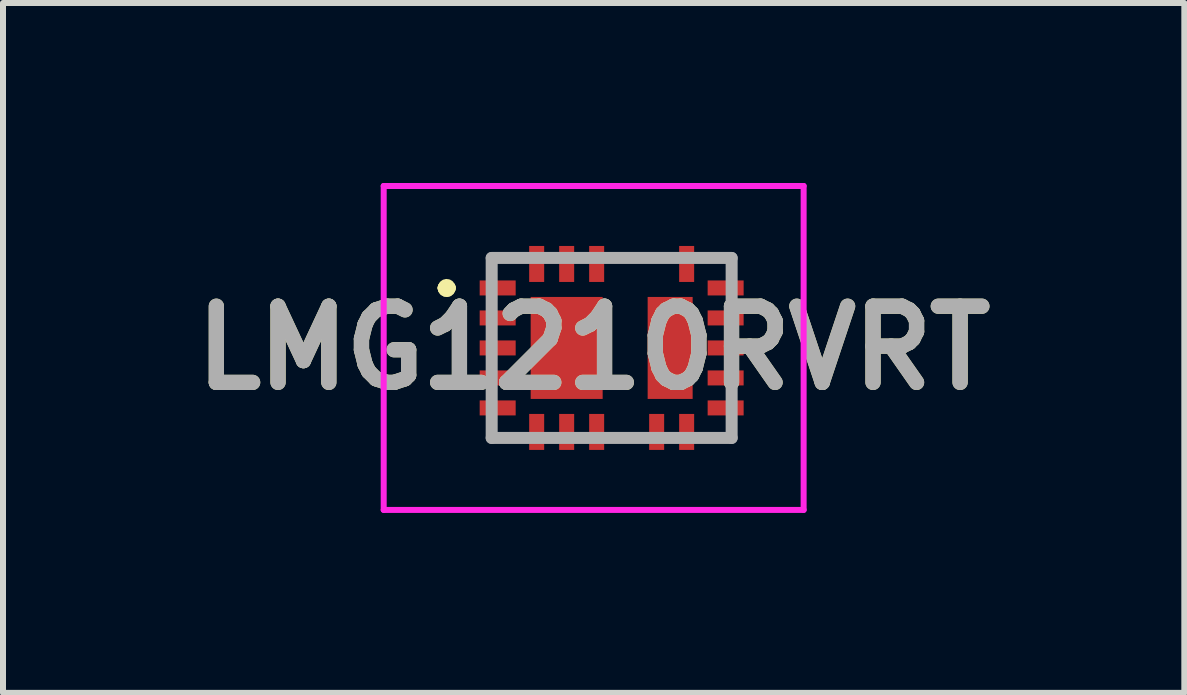
<source format=kicad_pcb>
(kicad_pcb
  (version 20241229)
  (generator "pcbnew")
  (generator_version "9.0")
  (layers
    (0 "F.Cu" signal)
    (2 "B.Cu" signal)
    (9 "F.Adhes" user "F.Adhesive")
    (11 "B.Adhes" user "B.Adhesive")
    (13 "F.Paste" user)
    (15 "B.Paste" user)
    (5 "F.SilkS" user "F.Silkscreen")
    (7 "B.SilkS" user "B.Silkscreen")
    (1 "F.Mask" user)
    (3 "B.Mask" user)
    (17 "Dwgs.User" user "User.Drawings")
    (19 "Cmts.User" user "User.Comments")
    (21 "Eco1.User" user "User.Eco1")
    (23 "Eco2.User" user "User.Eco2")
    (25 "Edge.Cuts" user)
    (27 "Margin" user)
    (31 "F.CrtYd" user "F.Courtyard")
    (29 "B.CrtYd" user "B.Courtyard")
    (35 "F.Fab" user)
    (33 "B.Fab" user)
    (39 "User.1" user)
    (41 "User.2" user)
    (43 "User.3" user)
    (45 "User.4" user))
  (footprint "LMG1210RVRT"
    (layer "F.Cu")
    (at 7.146 2.75)
    (property "Reference" "LMG1210RVRT" (at -0.3 0 0) (layer "F.SilkS") (effects (font (size 1.27 1.27) (thickness 0.254))))
    (attr smd)
    (fp_line (start -2.8 -1) (end -2.8 -1) (stroke (width 0.2) (type solid)) (layer "F.SilkS"))
    (fp_line (start -2.8 -1) (end -2.8 -1) (stroke (width 0.2) (type solid)) (layer "F.SilkS"))
    (fp_line (start -2.7 -1) (end -2.7 -1) (stroke (width 0.2) (type solid)) (layer "F.SilkS"))
    (fp_line (start -2 -1.5) (end -2 -1.5) (stroke (width 0.1) (type solid)) (layer "F.SilkS"))
    (fp_line (start -2 -1.5) (end -1.75 -1.5) (stroke (width 0.1) (type solid)) (layer "F.SilkS"))
    (fp_line (start -2 1.5) (end -2 1.5) (stroke (width 0.1) (type solid)) (layer "F.SilkS"))
    (fp_line (start -2 1.5) (end -1.75 1.5) (stroke (width 0.1) (type solid)) (layer "F.SilkS"))
    (fp_line (start -1.75 -1.5) (end -2 -1.5) (stroke (width 0.1) (type solid)) (layer "F.SilkS"))
    (fp_line (start -1.75 -1.5) (end -1.75 -1.5) (stroke (width 0.1) (type solid)) (layer "F.SilkS"))
    (fp_line (start -1.75 1.5) (end -2 1.5) (stroke (width 0.1) (type solid)) (layer "F.SilkS"))
    (fp_line (start -1.75 1.5) (end -1.75 1.5) (stroke (width 0.1) (type solid)) (layer "F.SilkS"))
    (fp_line (start 0.25 -1.5) (end 0.25 -1.5) (stroke (width 0.1) (type solid)) (layer "F.SilkS"))
    (fp_line (start 0.25 -1.5) (end 0.75 -1.5) (stroke (width 0.1) (type solid)) (layer "F.SilkS"))
    (fp_line (start 0.75 -1.5) (end 0.25 -1.5) (stroke (width 0.1) (type solid)) (layer "F.SilkS"))
    (fp_line (start 0.75 -1.5) (end 0.75 -1.5) (stroke (width 0.1) (type solid)) (layer "F.SilkS"))
    (fp_line (start 1.75 -1.5) (end 1.75 -1.5) (stroke (width 0.1) (type solid)) (layer "F.SilkS"))
    (fp_line (start 1.75 -1.5) (end 2 -1.5) (stroke (width 0.1) (type solid)) (layer "F.SilkS"))
    (fp_line (start 1.75 1.5) (end 1.75 1.5) (stroke (width 0.1) (type solid)) (layer "F.SilkS"))
    (fp_line (start 1.75 1.5) (end 2 1.5) (stroke (width 0.1) (type solid)) (layer "F.SilkS"))
    (fp_line (start 2 -1.5) (end 1.75 -1.5) (stroke (width 0.1) (type solid)) (layer "F.SilkS"))
    (fp_line (start 2 -1.5) (end 2 -1.5) (stroke (width 0.1) (type solid)) (layer "F.SilkS"))
    (fp_line (start 2 1.5) (end 1.75 1.5) (stroke (width 0.1) (type solid)) (layer "F.SilkS"))
    (fp_line (start 2 1.5) (end 2 1.5) (stroke (width 0.1) (type solid)) (layer "F.SilkS"))
    (fp_arc (start -2.8 -1) (mid -2.75 -1.05) (end -2.7 -1) (stroke (width 0.2) (type solid)) (layer "F.SilkS"))
    (fp_arc (start -2.7 -1) (mid -2.75 -0.95) (end -2.8 -1) (stroke (width 0.2) (type solid)) (layer "F.SilkS"))
    (fp_arc (start -2.7 -1) (mid -2.75 -0.95) (end -2.8 -1) (stroke (width 0.2) (type solid)) (layer "F.SilkS"))
    (fp_line (start -3.8 -2.7) (end 3.2 -2.7) (stroke (width 0.1) (type solid)) (layer "F.CrtYd"))
    (fp_line (start -3.8 2.7) (end -3.8 -2.7) (stroke (width 0.1) (type solid)) (layer "F.CrtYd"))
    (fp_line (start 3.2 -2.7) (end 3.2 2.7) (stroke (width 0.1) (type solid)) (layer "F.CrtYd"))
    (fp_line (start 3.2 2.7) (end -3.8 2.7) (stroke (width 0.1) (type solid)) (layer "F.CrtYd"))
    (fp_line (start -2 -1.5) (end -2 1.5) (stroke (width 0.2) (type solid)) (layer "F.Fab"))
    (fp_line (start -2 1.5) (end 2 1.5) (stroke (width 0.2) (type solid)) (layer "F.Fab"))
    (fp_line (start 2 -1.5) (end -2 -1.5) (stroke (width 0.2) (type solid)) (layer "F.Fab"))
    (fp_line (start 2 1.5) (end 2 -1.5) (stroke (width 0.2) (type solid)) (layer "F.Fab"))
    (fp_text user "${REFERENCE}" (at -0.3 0 0) (layer "F.Fab") (effects (font (size 1.27 1.27) (thickness 0.254))))
    (pad "1" smd rect (at -1.9 -1 90) (size 0.25 0.6) (layers "F.Cu" "F.Mask" "F.Paste"))
    (pad "2" smd rect (at -1.9 -0.5 90) (size 0.25 0.6) (layers "F.Cu" "F.Mask" "F.Paste"))
    (pad "3" smd rect (at -1.9 0 90) (size 0.25 0.6) (layers "F.Cu" "F.Mask" "F.Paste"))
    (pad "4" smd rect (at -1.9 0.5 90) (size 0.25 0.6) (layers "F.Cu" "F.Mask" "F.Paste"))
    (pad "5" smd rect (at -1.9 1 90) (size 0.25 0.6) (layers "F.Cu" "F.Mask" "F.Paste"))
    (pad "6" smd rect (at -1.25 1.4) (size 0.25 0.6) (layers "F.Cu" "F.Mask" "F.Paste"))
    (pad "7" smd rect (at -0.75 1.4) (size 0.25 0.6) (layers "F.Cu" "F.Mask" "F.Paste"))
    (pad "8" smd rect (at -0.25 1.4) (size 0.25 0.6) (layers "F.Cu" "F.Mask" "F.Paste"))
    (pad "9" smd rect (at 0.75 1.4) (size 0.25 0.6) (layers "F.Cu" "F.Mask" "F.Paste"))
    (pad "10" smd rect (at 1.25 1.4) (size 0.25 0.6) (layers "F.Cu" "F.Mask" "F.Paste"))
    (pad "11" smd rect (at 1.9 1 90) (size 0.25 0.6) (layers "F.Cu" "F.Mask" "F.Paste"))
    (pad "12" smd rect (at 1.9 0.5 90) (size 0.25 0.6) (layers "F.Cu" "F.Mask" "F.Paste"))
    (pad "13" smd rect (at 1.9 0 90) (size 0.25 0.6) (layers "F.Cu" "F.Mask" "F.Paste"))
    (pad "14" smd rect (at 1.9 -0.5 90) (size 0.25 0.6) (layers "F.Cu" "F.Mask" "F.Paste"))
    (pad "15" smd rect (at 1.9 -1 90) (size 0.25 0.6) (layers "F.Cu" "F.Mask" "F.Paste"))
    (pad "16" smd rect (at 1.25 -1.4) (size 0.25 0.6) (layers "F.Cu" "F.Mask" "F.Paste"))
    (pad "17" smd rect (at -0.25 -1.4) (size 0.25 0.6) (layers "F.Cu" "F.Mask" "F.Paste"))
    (pad "18" smd rect (at -0.75 -1.4) (size 0.25 0.6) (layers "F.Cu" "F.Mask" "F.Paste"))
    (pad "19" smd rect (at -1.25 -1.4) (size 0.25 0.6) (layers "F.Cu" "F.Mask" "F.Paste"))
    (pad "20" smd rect (at -0.75 0) (size 1.2 1.7) (layers "F.Cu" "F.Mask" "F.Paste"))
    (pad "21" smd rect (at 0.975 0) (size 0.75 1.7) (layers "F.Cu" "F.Mask" "F.Paste")))
  (gr_rect
    (start -3 -3)
    (end 16.692 8.5)
    (stroke (width 0.1) (type default))
    (fill no)
    (layer "Edge.Cuts")))
</source>
